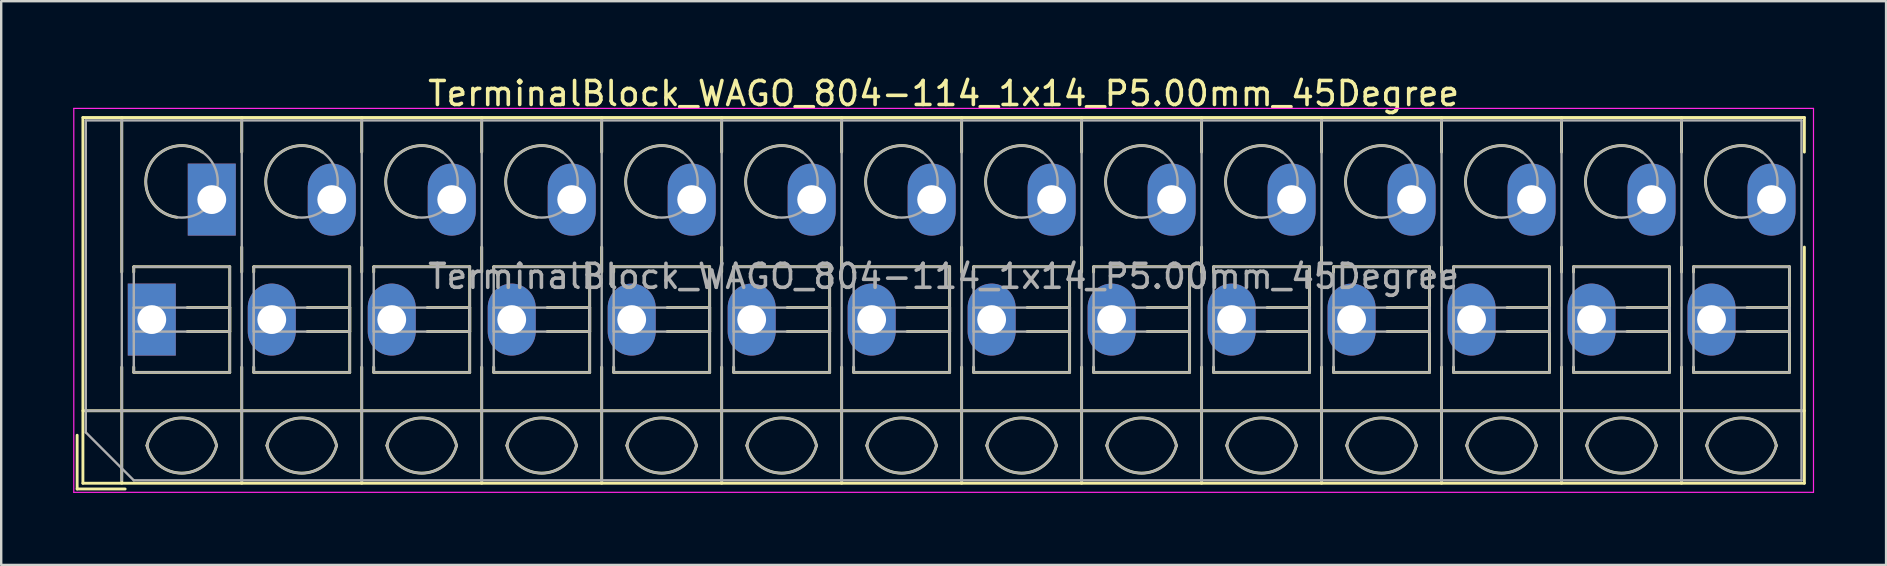
<source format=kicad_pcb>
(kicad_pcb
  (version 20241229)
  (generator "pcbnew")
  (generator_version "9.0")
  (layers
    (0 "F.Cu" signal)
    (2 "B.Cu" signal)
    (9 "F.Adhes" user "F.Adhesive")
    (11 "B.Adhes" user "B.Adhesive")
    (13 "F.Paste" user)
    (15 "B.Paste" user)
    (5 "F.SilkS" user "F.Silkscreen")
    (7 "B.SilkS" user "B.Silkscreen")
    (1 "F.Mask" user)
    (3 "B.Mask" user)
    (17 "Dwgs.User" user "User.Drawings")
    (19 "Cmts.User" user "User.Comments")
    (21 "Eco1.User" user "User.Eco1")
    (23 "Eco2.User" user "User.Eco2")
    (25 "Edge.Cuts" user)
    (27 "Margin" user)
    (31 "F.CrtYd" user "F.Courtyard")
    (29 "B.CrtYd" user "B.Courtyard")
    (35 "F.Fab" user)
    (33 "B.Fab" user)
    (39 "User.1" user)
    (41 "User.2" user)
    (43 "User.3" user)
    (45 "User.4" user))
  (footprint "TerminalBlock_WAGO_804-114_1x14_P5.00mm_45Degree"
    (layer "F.Cu")
    (at 3.275 10.268)
    (property "Reference" "TerminalBlock_WAGO_804-114_1x14_P5.00mm_45Degree" (at 33 -9.42 0) (layer "F.SilkS") (effects (font (size 1 1) (thickness 0.15))))
    (attr through_hole)
    (fp_line (start -3.11 4.82) (end -3.11 7.06) (stroke (width 0.12) (type solid)) (layer "F.SilkS"))
    (fp_line (start -3.11 7.06) (end -1.11 7.06) (stroke (width 0.12) (type solid)) (layer "F.SilkS"))
    (fp_line (start -2.87 -8.42) (end -2.87 6.82) (stroke (width 0.12) (type solid)) (layer "F.SilkS"))
    (fp_line (start -2.87 -8.42) (end 68.87 -8.42) (stroke (width 0.12) (type solid)) (layer "F.SilkS"))
    (fp_line (start -2.87 3.8) (end 68.87 3.8) (stroke (width 0.12) (type solid)) (layer "F.SilkS"))
    (fp_line (start -2.87 6.82) (end 68.87 6.82) (stroke (width 0.12) (type solid)) (layer "F.SilkS"))
    (fp_line (start -1.25 -8.42) (end -1.25 -1.98) (stroke (width 0.12) (type solid)) (layer "F.SilkS"))
    (fp_line (start -1.25 1.98) (end -1.25 6.82) (stroke (width 0.12) (type solid)) (layer "F.SilkS"))
    (fp_line (start -0.75 -2.2) (end -0.75 -1.98) (stroke (width 0.12) (type solid)) (layer "F.SilkS"))
    (fp_line (start -0.75 -2.2) (end 3.25 -2.2) (stroke (width 0.12) (type solid)) (layer "F.SilkS"))
    (fp_line (start -0.75 1.98) (end -0.75 2.2) (stroke (width 0.12) (type solid)) (layer "F.SilkS"))
    (fp_line (start -0.75 2.2) (end 3.25 2.2) (stroke (width 0.12) (type solid)) (layer "F.SilkS"))
    (fp_line (start 1.48 -0.5) (end 3.25 -0.5) (stroke (width 0.12) (type solid)) (layer "F.SilkS"))
    (fp_line (start 1.48 0.5) (end 3.25 0.5) (stroke (width 0.12) (type solid)) (layer "F.SilkS"))
    (fp_line (start 3.25 -2.2) (end 3.25 2.2) (stroke (width 0.12) (type solid)) (layer "F.SilkS"))
    (fp_line (start 3.25 -0.5) (end 3.25 0.5) (stroke (width 0.12) (type solid)) (layer "F.SilkS"))
    (fp_line (start 3.75 -8.42) (end 3.75 -6.98) (stroke (width 0.12) (type solid)) (layer "F.SilkS"))
    (fp_line (start 3.75 -3.02) (end 3.75 -1.98) (stroke (width 0.12) (type solid)) (layer "F.SilkS"))
    (fp_line (start 3.75 1.98) (end 3.75 6.82) (stroke (width 0.12) (type solid)) (layer "F.SilkS"))
    (fp_line (start 4.25 -2.2) (end 4.25 -1.98) (stroke (width 0.12) (type solid)) (layer "F.SilkS"))
    (fp_line (start 4.25 -2.2) (end 8.25 -2.2) (stroke (width 0.12) (type solid)) (layer "F.SilkS"))
    (fp_line (start 4.25 1.98) (end 4.25 2.2) (stroke (width 0.12) (type solid)) (layer "F.SilkS"))
    (fp_line (start 4.25 2.2) (end 8.25 2.2) (stroke (width 0.12) (type solid)) (layer "F.SilkS"))
    (fp_line (start 6.48 -0.5) (end 8.25 -0.5) (stroke (width 0.12) (type solid)) (layer "F.SilkS"))
    (fp_line (start 6.48 0.5) (end 8.25 0.5) (stroke (width 0.12) (type solid)) (layer "F.SilkS"))
    (fp_line (start 8.25 -2.2) (end 8.25 2.2) (stroke (width 0.12) (type solid)) (layer "F.SilkS"))
    (fp_line (start 8.25 -0.5) (end 8.25 0.5) (stroke (width 0.12) (type solid)) (layer "F.SilkS"))
    (fp_line (start 8.75 -8.42) (end 8.75 -6.98) (stroke (width 0.12) (type solid)) (layer "F.SilkS"))
    (fp_line (start 8.75 -3.02) (end 8.75 -1.98) (stroke (width 0.12) (type solid)) (layer "F.SilkS"))
    (fp_line (start 8.75 1.98) (end 8.75 6.82) (stroke (width 0.12) (type solid)) (layer "F.SilkS"))
    (fp_line (start 9.25 -2.2) (end 9.25 -1.98) (stroke (width 0.12) (type solid)) (layer "F.SilkS"))
    (fp_line (start 9.25 -2.2) (end 13.25 -2.2) (stroke (width 0.12) (type solid)) (layer "F.SilkS"))
    (fp_line (start 9.25 1.98) (end 9.25 2.2) (stroke (width 0.12) (type solid)) (layer "F.SilkS"))
    (fp_line (start 9.25 2.2) (end 13.25 2.2) (stroke (width 0.12) (type solid)) (layer "F.SilkS"))
    (fp_line (start 11.48 -0.5) (end 13.25 -0.5) (stroke (width 0.12) (type solid)) (layer "F.SilkS"))
    (fp_line (start 11.48 0.5) (end 13.25 0.5) (stroke (width 0.12) (type solid)) (layer "F.SilkS"))
    (fp_line (start 13.25 -2.2) (end 13.25 2.2) (stroke (width 0.12) (type solid)) (layer "F.SilkS"))
    (fp_line (start 13.25 -0.5) (end 13.25 0.5) (stroke (width 0.12) (type solid)) (layer "F.SilkS"))
    (fp_line (start 13.75 -8.42) (end 13.75 -6.98) (stroke (width 0.12) (type solid)) (layer "F.SilkS"))
    (fp_line (start 13.75 -3.02) (end 13.75 -1.98) (stroke (width 0.12) (type solid)) (layer "F.SilkS"))
    (fp_line (start 13.75 1.98) (end 13.75 6.82) (stroke (width 0.12) (type solid)) (layer "F.SilkS"))
    (fp_line (start 14.25 -2.2) (end 14.25 -1.98) (stroke (width 0.12) (type solid)) (layer "F.SilkS"))
    (fp_line (start 14.25 -2.2) (end 18.25 -2.2) (stroke (width 0.12) (type solid)) (layer "F.SilkS"))
    (fp_line (start 14.25 1.98) (end 14.25 2.2) (stroke (width 0.12) (type solid)) (layer "F.SilkS"))
    (fp_line (start 14.25 2.2) (end 18.25 2.2) (stroke (width 0.12) (type solid)) (layer "F.SilkS"))
    (fp_line (start 16.48 -0.5) (end 18.25 -0.5) (stroke (width 0.12) (type solid)) (layer "F.SilkS"))
    (fp_line (start 16.48 0.5) (end 18.25 0.5) (stroke (width 0.12) (type solid)) (layer "F.SilkS"))
    (fp_line (start 18.25 -2.2) (end 18.25 2.2) (stroke (width 0.12) (type solid)) (layer "F.SilkS"))
    (fp_line (start 18.25 -0.5) (end 18.25 0.5) (stroke (width 0.12) (type solid)) (layer "F.SilkS"))
    (fp_line (start 18.75 -8.42) (end 18.75 -6.98) (stroke (width 0.12) (type solid)) (layer "F.SilkS"))
    (fp_line (start 18.75 -3.02) (end 18.75 -1.98) (stroke (width 0.12) (type solid)) (layer "F.SilkS"))
    (fp_line (start 18.75 1.98) (end 18.75 6.82) (stroke (width 0.12) (type solid)) (layer "F.SilkS"))
    (fp_line (start 19.25 -2.2) (end 19.25 -1.98) (stroke (width 0.12) (type solid)) (layer "F.SilkS"))
    (fp_line (start 19.25 -2.2) (end 23.25 -2.2) (stroke (width 0.12) (type solid)) (layer "F.SilkS"))
    (fp_line (start 19.25 1.98) (end 19.25 2.2) (stroke (width 0.12) (type solid)) (layer "F.SilkS"))
    (fp_line (start 19.25 2.2) (end 23.25 2.2) (stroke (width 0.12) (type solid)) (layer "F.SilkS"))
    (fp_line (start 21.48 -0.5) (end 23.25 -0.5) (stroke (width 0.12) (type solid)) (layer "F.SilkS"))
    (fp_line (start 21.48 0.5) (end 23.25 0.5) (stroke (width 0.12) (type solid)) (layer "F.SilkS"))
    (fp_line (start 23.25 -2.2) (end 23.25 2.2) (stroke (width 0.12) (type solid)) (layer "F.SilkS"))
    (fp_line (start 23.25 -0.5) (end 23.25 0.5) (stroke (width 0.12) (type solid)) (layer "F.SilkS"))
    (fp_line (start 23.75 -8.42) (end 23.75 -6.98) (stroke (width 0.12) (type solid)) (layer "F.SilkS"))
    (fp_line (start 23.75 -3.02) (end 23.75 -1.98) (stroke (width 0.12) (type solid)) (layer "F.SilkS"))
    (fp_line (start 23.75 1.98) (end 23.75 6.82) (stroke (width 0.12) (type solid)) (layer "F.SilkS"))
    (fp_line (start 24.25 -2.2) (end 24.25 -1.98) (stroke (width 0.12) (type solid)) (layer "F.SilkS"))
    (fp_line (start 24.25 -2.2) (end 28.25 -2.2) (stroke (width 0.12) (type solid)) (layer "F.SilkS"))
    (fp_line (start 24.25 1.98) (end 24.25 2.2) (stroke (width 0.12) (type solid)) (layer "F.SilkS"))
    (fp_line (start 24.25 2.2) (end 28.25 2.2) (stroke (width 0.12) (type solid)) (layer "F.SilkS"))
    (fp_line (start 26.48 -0.5) (end 28.25 -0.5) (stroke (width 0.12) (type solid)) (layer "F.SilkS"))
    (fp_line (start 26.48 0.5) (end 28.25 0.5) (stroke (width 0.12) (type solid)) (layer "F.SilkS"))
    (fp_line (start 28.25 -2.2) (end 28.25 2.2) (stroke (width 0.12) (type solid)) (layer "F.SilkS"))
    (fp_line (start 28.25 -0.5) (end 28.25 0.5) (stroke (width 0.12) (type solid)) (layer "F.SilkS"))
    (fp_line (start 28.75 -8.42) (end 28.75 -6.98) (stroke (width 0.12) (type solid)) (layer "F.SilkS"))
    (fp_line (start 28.75 -3.02) (end 28.75 -1.98) (stroke (width 0.12) (type solid)) (layer "F.SilkS"))
    (fp_line (start 28.75 1.98) (end 28.75 6.82) (stroke (width 0.12) (type solid)) (layer "F.SilkS"))
    (fp_line (start 29.25 -2.2) (end 29.25 -1.98) (stroke (width 0.12) (type solid)) (layer "F.SilkS"))
    (fp_line (start 29.25 -2.2) (end 33.25 -2.2) (stroke (width 0.12) (type solid)) (layer "F.SilkS"))
    (fp_line (start 29.25 1.98) (end 29.25 2.2) (stroke (width 0.12) (type solid)) (layer "F.SilkS"))
    (fp_line (start 29.25 2.2) (end 33.25 2.2) (stroke (width 0.12) (type solid)) (layer "F.SilkS"))
    (fp_line (start 31.48 -0.5) (end 33.25 -0.5) (stroke (width 0.12) (type solid)) (layer "F.SilkS"))
    (fp_line (start 31.48 0.5) (end 33.25 0.5) (stroke (width 0.12) (type solid)) (layer "F.SilkS"))
    (fp_line (start 33.25 -2.2) (end 33.25 2.2) (stroke (width 0.12) (type solid)) (layer "F.SilkS"))
    (fp_line (start 33.25 -0.5) (end 33.25 0.5) (stroke (width 0.12) (type solid)) (layer "F.SilkS"))
    (fp_line (start 33.75 -8.42) (end 33.75 -6.98) (stroke (width 0.12) (type solid)) (layer "F.SilkS"))
    (fp_line (start 33.75 -3.02) (end 33.75 -1.98) (stroke (width 0.12) (type solid)) (layer "F.SilkS"))
    (fp_line (start 33.75 1.98) (end 33.75 6.82) (stroke (width 0.12) (type solid)) (layer "F.SilkS"))
    (fp_line (start 34.25 -2.2) (end 34.25 -1.98) (stroke (width 0.12) (type solid)) (layer "F.SilkS"))
    (fp_line (start 34.25 -2.2) (end 38.25 -2.2) (stroke (width 0.12) (type solid)) (layer "F.SilkS"))
    (fp_line (start 34.25 1.98) (end 34.25 2.2) (stroke (width 0.12) (type solid)) (layer "F.SilkS"))
    (fp_line (start 34.25 2.2) (end 38.25 2.2) (stroke (width 0.12) (type solid)) (layer "F.SilkS"))
    (fp_line (start 36.48 -0.5) (end 38.25 -0.5) (stroke (width 0.12) (type solid)) (layer "F.SilkS"))
    (fp_line (start 36.48 0.5) (end 38.25 0.5) (stroke (width 0.12) (type solid)) (layer "F.SilkS"))
    (fp_line (start 38.25 -2.2) (end 38.25 2.2) (stroke (width 0.12) (type solid)) (layer "F.SilkS"))
    (fp_line (start 38.25 -0.5) (end 38.25 0.5) (stroke (width 0.12) (type solid)) (layer "F.SilkS"))
    (fp_line (start 38.75 -8.42) (end 38.75 -6.98) (stroke (width 0.12) (type solid)) (layer "F.SilkS"))
    (fp_line (start 38.75 -3.02) (end 38.75 -1.98) (stroke (width 0.12) (type solid)) (layer "F.SilkS"))
    (fp_line (start 38.75 1.98) (end 38.75 6.82) (stroke (width 0.12) (type solid)) (layer "F.SilkS"))
    (fp_line (start 39.25 -2.2) (end 39.25 -1.98) (stroke (width 0.12) (type solid)) (layer "F.SilkS"))
    (fp_line (start 39.25 -2.2) (end 43.25 -2.2) (stroke (width 0.12) (type solid)) (layer "F.SilkS"))
    (fp_line (start 39.25 1.98) (end 39.25 2.2) (stroke (width 0.12) (type solid)) (layer "F.SilkS"))
    (fp_line (start 39.25 2.2) (end 43.25 2.2) (stroke (width 0.12) (type solid)) (layer "F.SilkS"))
    (fp_line (start 41.48 -0.5) (end 43.25 -0.5) (stroke (width 0.12) (type solid)) (layer "F.SilkS"))
    (fp_line (start 41.48 0.5) (end 43.25 0.5) (stroke (width 0.12) (type solid)) (layer "F.SilkS"))
    (fp_line (start 43.25 -2.2) (end 43.25 2.2) (stroke (width 0.12) (type solid)) (layer "F.SilkS"))
    (fp_line (start 43.25 -0.5) (end 43.25 0.5) (stroke (width 0.12) (type solid)) (layer "F.SilkS"))
    (fp_line (start 43.75 -8.42) (end 43.75 -6.98) (stroke (width 0.12) (type solid)) (layer "F.SilkS"))
    (fp_line (start 43.75 -3.02) (end 43.75 -1.98) (stroke (width 0.12) (type solid)) (layer "F.SilkS"))
    (fp_line (start 43.75 1.98) (end 43.75 6.82) (stroke (width 0.12) (type solid)) (layer "F.SilkS"))
    (fp_line (start 44.25 -2.2) (end 44.25 -1.98) (stroke (width 0.12) (type solid)) (layer "F.SilkS"))
    (fp_line (start 44.25 -2.2) (end 48.25 -2.2) (stroke (width 0.12) (type solid)) (layer "F.SilkS"))
    (fp_line (start 44.25 1.98) (end 44.25 2.2) (stroke (width 0.12) (type solid)) (layer "F.SilkS"))
    (fp_line (start 44.25 2.2) (end 48.25 2.2) (stroke (width 0.12) (type solid)) (layer "F.SilkS"))
    (fp_line (start 46.48 -0.5) (end 48.25 -0.5) (stroke (width 0.12) (type solid)) (layer "F.SilkS"))
    (fp_line (start 46.48 0.5) (end 48.25 0.5) (stroke (width 0.12) (type solid)) (layer "F.SilkS"))
    (fp_line (start 48.25 -2.2) (end 48.25 2.2) (stroke (width 0.12) (type solid)) (layer "F.SilkS"))
    (fp_line (start 48.25 -0.5) (end 48.25 0.5) (stroke (width 0.12) (type solid)) (layer "F.SilkS"))
    (fp_line (start 48.75 -8.42) (end 48.75 -6.98) (stroke (width 0.12) (type solid)) (layer "F.SilkS"))
    (fp_line (start 48.75 -3.02) (end 48.75 -1.98) (stroke (width 0.12) (type solid)) (layer "F.SilkS"))
    (fp_line (start 48.75 1.98) (end 48.75 6.82) (stroke (width 0.12) (type solid)) (layer "F.SilkS"))
    (fp_line (start 49.25 -2.2) (end 49.25 -1.98) (stroke (width 0.12) (type solid)) (layer "F.SilkS"))
    (fp_line (start 49.25 -2.2) (end 53.25 -2.2) (stroke (width 0.12) (type solid)) (layer "F.SilkS"))
    (fp_line (start 49.25 1.98) (end 49.25 2.2) (stroke (width 0.12) (type solid)) (layer "F.SilkS"))
    (fp_line (start 49.25 2.2) (end 53.25 2.2) (stroke (width 0.12) (type solid)) (layer "F.SilkS"))
    (fp_line (start 51.48 -0.5) (end 53.25 -0.5) (stroke (width 0.12) (type solid)) (layer "F.SilkS"))
    (fp_line (start 51.48 0.5) (end 53.25 0.5) (stroke (width 0.12) (type solid)) (layer "F.SilkS"))
    (fp_line (start 53.25 -2.2) (end 53.25 2.2) (stroke (width 0.12) (type solid)) (layer "F.SilkS"))
    (fp_line (start 53.25 -0.5) (end 53.25 0.5) (stroke (width 0.12) (type solid)) (layer "F.SilkS"))
    (fp_line (start 53.75 -8.42) (end 53.75 -6.98) (stroke (width 0.12) (type solid)) (layer "F.SilkS"))
    (fp_line (start 53.75 -3.02) (end 53.75 -1.98) (stroke (width 0.12) (type solid)) (layer "F.SilkS"))
    (fp_line (start 53.75 1.98) (end 53.75 6.82) (stroke (width 0.12) (type solid)) (layer "F.SilkS"))
    (fp_line (start 54.25 -2.2) (end 54.25 -1.98) (stroke (width 0.12) (type solid)) (layer "F.SilkS"))
    (fp_line (start 54.25 -2.2) (end 58.25 -2.2) (stroke (width 0.12) (type solid)) (layer "F.SilkS"))
    (fp_line (start 54.25 1.98) (end 54.25 2.2) (stroke (width 0.12) (type solid)) (layer "F.SilkS"))
    (fp_line (start 54.25 2.2) (end 58.25 2.2) (stroke (width 0.12) (type solid)) (layer "F.SilkS"))
    (fp_line (start 56.48 -0.5) (end 58.25 -0.5) (stroke (width 0.12) (type solid)) (layer "F.SilkS"))
    (fp_line (start 56.48 0.5) (end 58.25 0.5) (stroke (width 0.12) (type solid)) (layer "F.SilkS"))
    (fp_line (start 58.25 -2.2) (end 58.25 2.2) (stroke (width 0.12) (type solid)) (layer "F.SilkS"))
    (fp_line (start 58.25 -0.5) (end 58.25 0.5) (stroke (width 0.12) (type solid)) (layer "F.SilkS"))
    (fp_line (start 58.75 -8.42) (end 58.75 -6.98) (stroke (width 0.12) (type solid)) (layer "F.SilkS"))
    (fp_line (start 58.75 -3.02) (end 58.75 -1.98) (stroke (width 0.12) (type solid)) (layer "F.SilkS"))
    (fp_line (start 58.75 1.98) (end 58.75 6.82) (stroke (width 0.12) (type solid)) (layer "F.SilkS"))
    (fp_line (start 59.25 -2.2) (end 59.25 -1.98) (stroke (width 0.12) (type solid)) (layer "F.SilkS"))
    (fp_line (start 59.25 -2.2) (end 63.25 -2.2) (stroke (width 0.12) (type solid)) (layer "F.SilkS"))
    (fp_line (start 59.25 1.98) (end 59.25 2.2) (stroke (width 0.12) (type solid)) (layer "F.SilkS"))
    (fp_line (start 59.25 2.2) (end 63.25 2.2) (stroke (width 0.12) (type solid)) (layer "F.SilkS"))
    (fp_line (start 61.48 -0.5) (end 63.25 -0.5) (stroke (width 0.12) (type solid)) (layer "F.SilkS"))
    (fp_line (start 61.48 0.5) (end 63.25 0.5) (stroke (width 0.12) (type solid)) (layer "F.SilkS"))
    (fp_line (start 63.25 -2.2) (end 63.25 2.2) (stroke (width 0.12) (type solid)) (layer "F.SilkS"))
    (fp_line (start 63.25 -0.5) (end 63.25 0.5) (stroke (width 0.12) (type solid)) (layer "F.SilkS"))
    (fp_line (start 63.75 -8.42) (end 63.75 -6.98) (stroke (width 0.12) (type solid)) (layer "F.SilkS"))
    (fp_line (start 63.75 -3.02) (end 63.75 -1.98) (stroke (width 0.12) (type solid)) (layer "F.SilkS"))
    (fp_line (start 63.75 1.98) (end 63.75 6.82) (stroke (width 0.12) (type solid)) (layer "F.SilkS"))
    (fp_line (start 64.25 -2.2) (end 64.25 -1.98) (stroke (width 0.12) (type solid)) (layer "F.SilkS"))
    (fp_line (start 64.25 -2.2) (end 68.25 -2.2) (stroke (width 0.12) (type solid)) (layer "F.SilkS"))
    (fp_line (start 64.25 1.98) (end 64.25 2.2) (stroke (width 0.12) (type solid)) (layer "F.SilkS"))
    (fp_line (start 64.25 2.2) (end 68.25 2.2) (stroke (width 0.12) (type solid)) (layer "F.SilkS"))
    (fp_line (start 66.48 -0.5) (end 68.25 -0.5) (stroke (width 0.12) (type solid)) (layer "F.SilkS"))
    (fp_line (start 66.48 0.5) (end 68.25 0.5) (stroke (width 0.12) (type solid)) (layer "F.SilkS"))
    (fp_line (start 68.25 -2.2) (end 68.25 2.2) (stroke (width 0.12) (type solid)) (layer "F.SilkS"))
    (fp_line (start 68.25 -0.5) (end 68.25 0.5) (stroke (width 0.12) (type solid)) (layer "F.SilkS"))
    (fp_line (start 68.87 -8.42) (end 68.87 -6.98) (stroke (width 0.12) (type solid)) (layer "F.SilkS"))
    (fp_line (start 68.87 -3.02) (end 68.87 6.82) (stroke (width 0.12) (type solid)) (layer "F.SilkS"))
    (fp_arc (start -0.200865 5.250424) (mid 1.250296 4.099926) (end 2.701 5.251) (stroke (width 0.12) (type solid)) (layer "F.SilkS"))
    (fp_arc (start 1.040798 -4.264067) (mid -0.146039 -6.300306) (end 2.111 -6.979) (stroke (width 0.12) (type solid)) (layer "F.SilkS"))
    (fp_arc (start 2.7 5.25) (mid 1.250068 6.400101) (end -0.199969 5.250133) (stroke (width 0.12) (type solid)) (layer "F.SilkS"))
    (fp_arc (start 4.799135 5.250424) (mid 6.250296 4.099926) (end 7.701 5.251) (stroke (width 0.12) (type solid)) (layer "F.SilkS"))
    (fp_arc (start 6.040798 -4.264067) (mid 4.853961 -6.300306) (end 7.111 -6.979) (stroke (width 0.12) (type solid)) (layer "F.SilkS"))
    (fp_arc (start 7.7 5.25) (mid 6.250068 6.400101) (end 4.800031 5.250133) (stroke (width 0.12) (type solid)) (layer "F.SilkS"))
    (fp_arc (start 9.799135 5.250424) (mid 11.250296 4.099926) (end 12.701 5.251) (stroke (width 0.12) (type solid)) (layer "F.SilkS"))
    (fp_arc (start 11.040798 -4.264067) (mid 9.853961 -6.300306) (end 12.111 -6.979) (stroke (width 0.12) (type solid)) (layer "F.SilkS"))
    (fp_arc (start 12.7 5.25) (mid 11.250068 6.400101) (end 9.800031 5.250133) (stroke (width 0.12) (type solid)) (layer "F.SilkS"))
    (fp_arc (start 14.799135 5.250424) (mid 16.250296 4.099926) (end 17.701 5.251) (stroke (width 0.12) (type solid)) (layer "F.SilkS"))
    (fp_arc (start 16.040798 -4.264067) (mid 14.853961 -6.300306) (end 17.111 -6.979) (stroke (width 0.12) (type solid)) (layer "F.SilkS"))
    (fp_arc (start 17.7 5.25) (mid 16.250068 6.400101) (end 14.800031 5.250133) (stroke (width 0.12) (type solid)) (layer "F.SilkS"))
    (fp_arc (start 19.799135 5.250424) (mid 21.250296 4.099926) (end 22.701 5.251) (stroke (width 0.12) (type solid)) (layer "F.SilkS"))
    (fp_arc (start 21.040798 -4.264067) (mid 19.853961 -6.300306) (end 22.111 -6.979) (stroke (width 0.12) (type solid)) (layer "F.SilkS"))
    (fp_arc (start 22.7 5.25) (mid 21.250068 6.400101) (end 19.800031 5.250133) (stroke (width 0.12) (type solid)) (layer "F.SilkS"))
    (fp_arc (start 24.799135 5.250424) (mid 26.250296 4.099926) (end 27.701 5.251) (stroke (width 0.12) (type solid)) (layer "F.SilkS"))
    (fp_arc (start 26.040798 -4.264067) (mid 24.853961 -6.300306) (end 27.111 -6.979) (stroke (width 0.12) (type solid)) (layer "F.SilkS"))
    (fp_arc (start 27.7 5.25) (mid 26.250068 6.400101) (end 24.800031 5.250133) (stroke (width 0.12) (type solid)) (layer "F.SilkS"))
    (fp_arc (start 29.799135 5.250424) (mid 31.250296 4.099926) (end 32.701 5.251) (stroke (width 0.12) (type solid)) (layer "F.SilkS"))
    (fp_arc (start 31.040798 -4.264067) (mid 29.853961 -6.300306) (end 32.111 -6.979) (stroke (width 0.12) (type solid)) (layer "F.SilkS"))
    (fp_arc (start 32.701 5.25) (mid 31.250296 6.401074) (end 29.799135 5.250576) (stroke (width 0.12) (type solid)) (layer "F.SilkS"))
    (fp_arc (start 34.799135 5.250424) (mid 36.250296 4.099926) (end 37.701 5.251) (stroke (width 0.12) (type solid)) (layer "F.SilkS"))
    (fp_arc (start 36.040798 -4.264067) (mid 34.853961 -6.300306) (end 37.111 -6.979) (stroke (width 0.12) (type solid)) (layer "F.SilkS"))
    (fp_arc (start 37.7 5.25) (mid 36.250068 6.400101) (end 34.800031 5.250133) (stroke (width 0.12) (type solid)) (layer "F.SilkS"))
    (fp_arc (start 39.799135 5.250424) (mid 41.250296 4.099926) (end 42.701 5.251) (stroke (width 0.12) (type solid)) (layer "F.SilkS"))
    (fp_arc (start 41.040798 -4.264067) (mid 39.853961 -6.300306) (end 42.111 -6.979) (stroke (width 0.12) (type solid)) (layer "F.SilkS"))
    (fp_arc (start 42.7 5.25) (mid 41.250068 6.400101) (end 39.800031 5.250133) (stroke (width 0.12) (type solid)) (layer "F.SilkS"))
    (fp_arc (start 44.799135 5.250424) (mid 46.250296 4.099926) (end 47.701 5.251) (stroke (width 0.12) (type solid)) (layer "F.SilkS"))
    (fp_arc (start 46.040798 -4.264067) (mid 44.853961 -6.300306) (end 47.111 -6.979) (stroke (width 0.12) (type solid)) (layer "F.SilkS"))
    (fp_arc (start 47.7 5.25) (mid 46.250068 6.400101) (end 44.800031 5.250133) (stroke (width 0.12) (type solid)) (layer "F.SilkS"))
    (fp_arc (start 49.799135 5.250424) (mid 51.250296 4.099926) (end 52.701 5.251) (stroke (width 0.12) (type solid)) (layer "F.SilkS"))
    (fp_arc (start 51.040798 -4.264067) (mid 49.853961 -6.300306) (end 52.111 -6.979) (stroke (width 0.12) (type solid)) (layer "F.SilkS"))
    (fp_arc (start 52.7 5.25) (mid 51.250068 6.400101) (end 49.800031 5.250133) (stroke (width 0.12) (type solid)) (layer "F.SilkS"))
    (fp_arc (start 54.799135 5.250424) (mid 56.250296 4.099926) (end 57.701 5.251) (stroke (width 0.12) (type solid)) (layer "F.SilkS"))
    (fp_arc (start 56.040798 -4.264067) (mid 54.853961 -6.300306) (end 57.111 -6.979) (stroke (width 0.12) (type solid)) (layer "F.SilkS"))
    (fp_arc (start 57.7 5.25) (mid 56.250068 6.400101) (end 54.800031 5.250133) (stroke (width 0.12) (type solid)) (layer "F.SilkS"))
    (fp_arc (start 59.799135 5.250424) (mid 61.250296 4.099926) (end 62.701 5.251) (stroke (width 0.12) (type solid)) (layer "F.SilkS"))
    (fp_arc (start 61.040798 -4.264067) (mid 59.853961 -6.300306) (end 62.111 -6.979) (stroke (width 0.12) (type solid)) (layer "F.SilkS"))
    (fp_arc (start 62.7 5.25) (mid 61.250068 6.400101) (end 59.800031 5.250133) (stroke (width 0.12) (type solid)) (layer "F.SilkS"))
    (fp_arc (start 64.799135 5.250424) (mid 66.250296 4.099926) (end 67.701 5.251) (stroke (width 0.12) (type solid)) (layer "F.SilkS"))
    (fp_arc (start 66.040798 -4.264067) (mid 64.853961 -6.300306) (end 67.111 -6.979) (stroke (width 0.12) (type solid)) (layer "F.SilkS"))
    (fp_arc (start 67.7 5.25) (mid 66.250068 6.400101) (end 64.800031 5.250133) (stroke (width 0.12) (type solid)) (layer "F.SilkS"))
    (fp_line (start -3.25 -8.8) (end -3.25 7.2) (stroke (width 0.05) (type solid)) (layer "F.CrtYd"))
    (fp_line (start -3.25 7.2) (end 69.25 7.2) (stroke (width 0.05) (type solid)) (layer "F.CrtYd"))
    (fp_line (start 69.25 -8.8) (end -3.25 -8.8) (stroke (width 0.05) (type solid)) (layer "F.CrtYd"))
    (fp_line (start 69.25 7.2) (end 69.25 -8.8) (stroke (width 0.05) (type solid)) (layer "F.CrtYd"))
    (fp_line (start -2.75 -8.3) (end 68.75 -8.3) (stroke (width 0.1) (type solid)) (layer "F.Fab"))
    (fp_line (start -2.75 3.8) (end 68.75 3.8) (stroke (width 0.1) (type solid)) (layer "F.Fab"))
    (fp_line (start -2.75 4.7) (end -2.75 -8.3) (stroke (width 0.1) (type solid)) (layer "F.Fab"))
    (fp_line (start -1.25 -8.3) (end -1.25 6.7) (stroke (width 0.1) (type solid)) (layer "F.Fab"))
    (fp_line (start -0.75 -2.2) (end -0.75 2.2) (stroke (width 0.1) (type solid)) (layer "F.Fab"))
    (fp_line (start -0.75 -0.5) (end -0.75 0.5) (stroke (width 0.1) (type solid)) (layer "F.Fab"))
    (fp_line (start -0.75 0.5) (end 3.25 0.5) (stroke (width 0.1) (type solid)) (layer "F.Fab"))
    (fp_line (start -0.75 2.2) (end 3.25 2.2) (stroke (width 0.1) (type solid)) (layer "F.Fab"))
    (fp_line (start -0.75 6.7) (end -2.75 4.7) (stroke (width 0.1) (type solid)) (layer "F.Fab"))
    (fp_line (start 3.25 -2.2) (end -0.75 -2.2) (stroke (width 0.1) (type solid)) (layer "F.Fab"))
    (fp_line (start 3.25 -0.5) (end -0.75 -0.5) (stroke (width 0.1) (type solid)) (layer "F.Fab"))
    (fp_line (start 3.25 0.5) (end 3.25 -0.5) (stroke (width 0.1) (type solid)) (layer "F.Fab"))
    (fp_line (start 3.25 2.2) (end 3.25 -2.2) (stroke (width 0.1) (type solid)) (layer "F.Fab"))
    (fp_line (start 3.75 -8.3) (end 3.75 6.7) (stroke (width 0.1) (type solid)) (layer "F.Fab"))
    (fp_line (start 4.25 -2.2) (end 4.25 2.2) (stroke (width 0.1) (type solid)) (layer "F.Fab"))
    (fp_line (start 4.25 -0.5) (end 4.25 0.5) (stroke (width 0.1) (type solid)) (layer "F.Fab"))
    (fp_line (start 4.25 0.5) (end 8.25 0.5) (stroke (width 0.1) (type solid)) (layer "F.Fab"))
    (fp_line (start 4.25 2.2) (end 8.25 2.2) (stroke (width 0.1) (type solid)) (layer "F.Fab"))
    (fp_line (start 8.25 -2.2) (end 4.25 -2.2) (stroke (width 0.1) (type solid)) (layer "F.Fab"))
    (fp_line (start 8.25 -0.5) (end 4.25 -0.5) (stroke (width 0.1) (type solid)) (layer "F.Fab"))
    (fp_line (start 8.25 0.5) (end 8.25 -0.5) (stroke (width 0.1) (type solid)) (layer "F.Fab"))
    (fp_line (start 8.25 2.2) (end 8.25 -2.2) (stroke (width 0.1) (type solid)) (layer "F.Fab"))
    (fp_line (start 8.75 -8.3) (end 8.75 6.7) (stroke (width 0.1) (type solid)) (layer "F.Fab"))
    (fp_line (start 9.25 -2.2) (end 9.25 2.2) (stroke (width 0.1) (type solid)) (layer "F.Fab"))
    (fp_line (start 9.25 -0.5) (end 9.25 0.5) (stroke (width 0.1) (type solid)) (layer "F.Fab"))
    (fp_line (start 9.25 0.5) (end 13.25 0.5) (stroke (width 0.1) (type solid)) (layer "F.Fab"))
    (fp_line (start 9.25 2.2) (end 13.25 2.2) (stroke (width 0.1) (type solid)) (layer "F.Fab"))
    (fp_line (start 13.25 -2.2) (end 9.25 -2.2) (stroke (width 0.1) (type solid)) (layer "F.Fab"))
    (fp_line (start 13.25 -0.5) (end 9.25 -0.5) (stroke (width 0.1) (type solid)) (layer "F.Fab"))
    (fp_line (start 13.25 0.5) (end 13.25 -0.5) (stroke (width 0.1) (type solid)) (layer "F.Fab"))
    (fp_line (start 13.25 2.2) (end 13.25 -2.2) (stroke (width 0.1) (type solid)) (layer "F.Fab"))
    (fp_line (start 13.75 -8.3) (end 13.75 6.7) (stroke (width 0.1) (type solid)) (layer "F.Fab"))
    (fp_line (start 14.25 -2.2) (end 14.25 2.2) (stroke (width 0.1) (type solid)) (layer "F.Fab"))
    (fp_line (start 14.25 -0.5) (end 14.25 0.5) (stroke (width 0.1) (type solid)) (layer "F.Fab"))
    (fp_line (start 14.25 0.5) (end 18.25 0.5) (stroke (width 0.1) (type solid)) (layer "F.Fab"))
    (fp_line (start 14.25 2.2) (end 18.25 2.2) (stroke (width 0.1) (type solid)) (layer "F.Fab"))
    (fp_line (start 18.25 -2.2) (end 14.25 -2.2) (stroke (width 0.1) (type solid)) (layer "F.Fab"))
    (fp_line (start 18.25 -0.5) (end 14.25 -0.5) (stroke (width 0.1) (type solid)) (layer "F.Fab"))
    (fp_line (start 18.25 0.5) (end 18.25 -0.5) (stroke (width 0.1) (type solid)) (layer "F.Fab"))
    (fp_line (start 18.25 2.2) (end 18.25 -2.2) (stroke (width 0.1) (type solid)) (layer "F.Fab"))
    (fp_line (start 18.75 -8.3) (end 18.75 6.7) (stroke (width 0.1) (type solid)) (layer "F.Fab"))
    (fp_line (start 19.25 -2.2) (end 19.25 2.2) (stroke (width 0.1) (type solid)) (layer "F.Fab"))
    (fp_line (start 19.25 -0.5) (end 19.25 0.5) (stroke (width 0.1) (type solid)) (layer "F.Fab"))
    (fp_line (start 19.25 0.5) (end 23.25 0.5) (stroke (width 0.1) (type solid)) (layer "F.Fab"))
    (fp_line (start 19.25 2.2) (end 23.25 2.2) (stroke (width 0.1) (type solid)) (layer "F.Fab"))
    (fp_line (start 23.25 -2.2) (end 19.25 -2.2) (stroke (width 0.1) (type solid)) (layer "F.Fab"))
    (fp_line (start 23.25 -0.5) (end 19.25 -0.5) (stroke (width 0.1) (type solid)) (layer "F.Fab"))
    (fp_line (start 23.25 0.5) (end 23.25 -0.5) (stroke (width 0.1) (type solid)) (layer "F.Fab"))
    (fp_line (start 23.25 2.2) (end 23.25 -2.2) (stroke (width 0.1) (type solid)) (layer "F.Fab"))
    (fp_line (start 23.75 -8.3) (end 23.75 6.7) (stroke (width 0.1) (type solid)) (layer "F.Fab"))
    (fp_line (start 24.25 -2.2) (end 24.25 2.2) (stroke (width 0.1) (type solid)) (layer "F.Fab"))
    (fp_line (start 24.25 -0.5) (end 24.25 0.5) (stroke (width 0.1) (type solid)) (layer "F.Fab"))
    (fp_line (start 24.25 0.5) (end 28.25 0.5) (stroke (width 0.1) (type solid)) (layer "F.Fab"))
    (fp_line (start 24.25 2.2) (end 28.25 2.2) (stroke (width 0.1) (type solid)) (layer "F.Fab"))
    (fp_line (start 28.25 -2.2) (end 24.25 -2.2) (stroke (width 0.1) (type solid)) (layer "F.Fab"))
    (fp_line (start 28.25 -0.5) (end 24.25 -0.5) (stroke (width 0.1) (type solid)) (layer "F.Fab"))
    (fp_line (start 28.25 0.5) (end 28.25 -0.5) (stroke (width 0.1) (type solid)) (layer "F.Fab"))
    (fp_line (start 28.25 2.2) (end 28.25 -2.2) (stroke (width 0.1) (type solid)) (layer "F.Fab"))
    (fp_line (start 28.75 -8.3) (end 28.75 6.7) (stroke (width 0.1) (type solid)) (layer "F.Fab"))
    (fp_line (start 29.25 -2.2) (end 29.25 2.2) (stroke (width 0.1) (type solid)) (layer "F.Fab"))
    (fp_line (start 29.25 -0.5) (end 29.25 0.5) (stroke (width 0.1) (type solid)) (layer "F.Fab"))
    (fp_line (start 29.25 0.5) (end 33.25 0.5) (stroke (width 0.1) (type solid)) (layer "F.Fab"))
    (fp_line (start 29.25 2.2) (end 33.25 2.2) (stroke (width 0.1) (type solid)) (layer "F.Fab"))
    (fp_line (start 33.25 -2.2) (end 29.25 -2.2) (stroke (width 0.1) (type solid)) (layer "F.Fab"))
    (fp_line (start 33.25 -0.5) (end 29.25 -0.5) (stroke (width 0.1) (type solid)) (layer "F.Fab"))
    (fp_line (start 33.25 0.5) (end 33.25 -0.5) (stroke (width 0.1) (type solid)) (layer "F.Fab"))
    (fp_line (start 33.25 2.2) (end 33.25 -2.2) (stroke (width 0.1) (type solid)) (layer "F.Fab"))
    (fp_line (start 33.75 -8.3) (end 33.75 6.7) (stroke (width 0.1) (type solid)) (layer "F.Fab"))
    (fp_line (start 34.25 -2.2) (end 34.25 2.2) (stroke (width 0.1) (type solid)) (layer "F.Fab"))
    (fp_line (start 34.25 -0.5) (end 34.25 0.5) (stroke (width 0.1) (type solid)) (layer "F.Fab"))
    (fp_line (start 34.25 0.5) (end 38.25 0.5) (stroke (width 0.1) (type solid)) (layer "F.Fab"))
    (fp_line (start 34.25 2.2) (end 38.25 2.2) (stroke (width 0.1) (type solid)) (layer "F.Fab"))
    (fp_line (start 38.25 -2.2) (end 34.25 -2.2) (stroke (width 0.1) (type solid)) (layer "F.Fab"))
    (fp_line (start 38.25 -0.5) (end 34.25 -0.5) (stroke (width 0.1) (type solid)) (layer "F.Fab"))
    (fp_line (start 38.25 0.5) (end 38.25 -0.5) (stroke (width 0.1) (type solid)) (layer "F.Fab"))
    (fp_line (start 38.25 2.2) (end 38.25 -2.2) (stroke (width 0.1) (type solid)) (layer "F.Fab"))
    (fp_line (start 38.75 -8.3) (end 38.75 6.7) (stroke (width 0.1) (type solid)) (layer "F.Fab"))
    (fp_line (start 39.25 -2.2) (end 39.25 2.2) (stroke (width 0.1) (type solid)) (layer "F.Fab"))
    (fp_line (start 39.25 -0.5) (end 39.25 0.5) (stroke (width 0.1) (type solid)) (layer "F.Fab"))
    (fp_line (start 39.25 0.5) (end 43.25 0.5) (stroke (width 0.1) (type solid)) (layer "F.Fab"))
    (fp_line (start 39.25 2.2) (end 43.25 2.2) (stroke (width 0.1) (type solid)) (layer "F.Fab"))
    (fp_line (start 43.25 -2.2) (end 39.25 -2.2) (stroke (width 0.1) (type solid)) (layer "F.Fab"))
    (fp_line (start 43.25 -0.5) (end 39.25 -0.5) (stroke (width 0.1) (type solid)) (layer "F.Fab"))
    (fp_line (start 43.25 0.5) (end 43.25 -0.5) (stroke (width 0.1) (type solid)) (layer "F.Fab"))
    (fp_line (start 43.25 2.2) (end 43.25 -2.2) (stroke (width 0.1) (type solid)) (layer "F.Fab"))
    (fp_line (start 43.75 -8.3) (end 43.75 6.7) (stroke (width 0.1) (type solid)) (layer "F.Fab"))
    (fp_line (start 44.25 -2.2) (end 44.25 2.2) (stroke (width 0.1) (type solid)) (layer "F.Fab"))
    (fp_line (start 44.25 -0.5) (end 44.25 0.5) (stroke (width 0.1) (type solid)) (layer "F.Fab"))
    (fp_line (start 44.25 0.5) (end 48.25 0.5) (stroke (width 0.1) (type solid)) (layer "F.Fab"))
    (fp_line (start 44.25 2.2) (end 48.25 2.2) (stroke (width 0.1) (type solid)) (layer "F.Fab"))
    (fp_line (start 48.25 -2.2) (end 44.25 -2.2) (stroke (width 0.1) (type solid)) (layer "F.Fab"))
    (fp_line (start 48.25 -0.5) (end 44.25 -0.5) (stroke (width 0.1) (type solid)) (layer "F.Fab"))
    (fp_line (start 48.25 0.5) (end 48.25 -0.5) (stroke (width 0.1) (type solid)) (layer "F.Fab"))
    (fp_line (start 48.25 2.2) (end 48.25 -2.2) (stroke (width 0.1) (type solid)) (layer "F.Fab"))
    (fp_line (start 48.75 -8.3) (end 48.75 6.7) (stroke (width 0.1) (type solid)) (layer "F.Fab"))
    (fp_line (start 49.25 -2.2) (end 49.25 2.2) (stroke (width 0.1) (type solid)) (layer "F.Fab"))
    (fp_line (start 49.25 -0.5) (end 49.25 0.5) (stroke (width 0.1) (type solid)) (layer "F.Fab"))
    (fp_line (start 49.25 0.5) (end 53.25 0.5) (stroke (width 0.1) (type solid)) (layer "F.Fab"))
    (fp_line (start 49.25 2.2) (end 53.25 2.2) (stroke (width 0.1) (type solid)) (layer "F.Fab"))
    (fp_line (start 53.25 -2.2) (end 49.25 -2.2) (stroke (width 0.1) (type solid)) (layer "F.Fab"))
    (fp_line (start 53.25 -0.5) (end 49.25 -0.5) (stroke (width 0.1) (type solid)) (layer "F.Fab"))
    (fp_line (start 53.25 0.5) (end 53.25 -0.5) (stroke (width 0.1) (type solid)) (layer "F.Fab"))
    (fp_line (start 53.25 2.2) (end 53.25 -2.2) (stroke (width 0.1) (type solid)) (layer "F.Fab"))
    (fp_line (start 53.75 -8.3) (end 53.75 6.7) (stroke (width 0.1) (type solid)) (layer "F.Fab"))
    (fp_line (start 54.25 -2.2) (end 54.25 2.2) (stroke (width 0.1) (type solid)) (layer "F.Fab"))
    (fp_line (start 54.25 -0.5) (end 54.25 0.5) (stroke (width 0.1) (type solid)) (layer "F.Fab"))
    (fp_line (start 54.25 0.5) (end 58.25 0.5) (stroke (width 0.1) (type solid)) (layer "F.Fab"))
    (fp_line (start 54.25 2.2) (end 58.25 2.2) (stroke (width 0.1) (type solid)) (layer "F.Fab"))
    (fp_line (start 58.25 -2.2) (end 54.25 -2.2) (stroke (width 0.1) (type solid)) (layer "F.Fab"))
    (fp_line (start 58.25 -0.5) (end 54.25 -0.5) (stroke (width 0.1) (type solid)) (layer "F.Fab"))
    (fp_line (start 58.25 0.5) (end 58.25 -0.5) (stroke (width 0.1) (type solid)) (layer "F.Fab"))
    (fp_line (start 58.25 2.2) (end 58.25 -2.2) (stroke (width 0.1) (type solid)) (layer "F.Fab"))
    (fp_line (start 58.75 -8.3) (end 58.75 6.7) (stroke (width 0.1) (type solid)) (layer "F.Fab"))
    (fp_line (start 59.25 -2.2) (end 59.25 2.2) (stroke (width 0.1) (type solid)) (layer "F.Fab"))
    (fp_line (start 59.25 -0.5) (end 59.25 0.5) (stroke (width 0.1) (type solid)) (layer "F.Fab"))
    (fp_line (start 59.25 0.5) (end 63.25 0.5) (stroke (width 0.1) (type solid)) (layer "F.Fab"))
    (fp_line (start 59.25 2.2) (end 63.25 2.2) (stroke (width 0.1) (type solid)) (layer "F.Fab"))
    (fp_line (start 63.25 -2.2) (end 59.25 -2.2) (stroke (width 0.1) (type solid)) (layer "F.Fab"))
    (fp_line (start 63.25 -0.5) (end 59.25 -0.5) (stroke (width 0.1) (type solid)) (layer "F.Fab"))
    (fp_line (start 63.25 0.5) (end 63.25 -0.5) (stroke (width 0.1) (type solid)) (layer "F.Fab"))
    (fp_line (start 63.25 2.2) (end 63.25 -2.2) (stroke (width 0.1) (type solid)) (layer "F.Fab"))
    (fp_line (start 63.75 -8.3) (end 63.75 6.7) (stroke (width 0.1) (type solid)) (layer "F.Fab"))
    (fp_line (start 64.25 -2.2) (end 64.25 2.2) (stroke (width 0.1) (type solid)) (layer "F.Fab"))
    (fp_line (start 64.25 -0.5) (end 64.25 0.5) (stroke (width 0.1) (type solid)) (layer "F.Fab"))
    (fp_line (start 64.25 0.5) (end 68.25 0.5) (stroke (width 0.1) (type solid)) (layer "F.Fab"))
    (fp_line (start 64.25 2.2) (end 68.25 2.2) (stroke (width 0.1) (type solid)) (layer "F.Fab"))
    (fp_line (start 68.25 -2.2) (end 64.25 -2.2) (stroke (width 0.1) (type solid)) (layer "F.Fab"))
    (fp_line (start 68.25 -0.5) (end 64.25 -0.5) (stroke (width 0.1) (type solid)) (layer "F.Fab"))
    (fp_line (start 68.25 0.5) (end 68.25 -0.5) (stroke (width 0.1) (type solid)) (layer "F.Fab"))
    (fp_line (start 68.25 2.2) (end 68.25 -2.2) (stroke (width 0.1) (type solid)) (layer "F.Fab"))
    (fp_line (start 68.75 -8.3) (end 68.75 6.7) (stroke (width 0.1) (type solid)) (layer "F.Fab"))
    (fp_line (start 68.75 6.7) (end -0.75 6.7) (stroke (width 0.1) (type solid)) (layer "F.Fab"))
    (fp_arc (start -0.200865 5.250424) (mid 1.250296 4.099926) (end 2.701 5.251) (stroke (width 0.1) (type solid)) (layer "F.Fab"))
    (fp_arc (start 2.7 5.25) (mid 1.250068 6.400101) (end -0.199969 5.250133) (stroke (width 0.1) (type solid)) (layer "F.Fab"))
    (fp_arc (start 4.799135 5.250424) (mid 6.250296 4.099926) (end 7.701 5.251) (stroke (width 0.1) (type solid)) (layer "F.Fab"))
    (fp_arc (start 7.7 5.25) (mid 6.250068 6.400101) (end 4.800031 5.250133) (stroke (width 0.1) (type solid)) (layer "F.Fab"))
    (fp_arc (start 9.799135 5.250424) (mid 11.250296 4.099926) (end 12.701 5.251) (stroke (width 0.1) (type solid)) (layer "F.Fab"))
    (fp_arc (start 12.7 5.25) (mid 11.250068 6.400101) (end 9.800031 5.250133) (stroke (width 0.1) (type solid)) (layer "F.Fab"))
    (fp_arc (start 14.799135 5.250424) (mid 16.250296 4.099926) (end 17.701 5.251) (stroke (width 0.1) (type solid)) (layer "F.Fab"))
    (fp_arc (start 17.7 5.25) (mid 16.250068 6.400101) (end 14.800031 5.250133) (stroke (width 0.1) (type solid)) (layer "F.Fab"))
    (fp_arc (start 19.799135 5.250424) (mid 21.250296 4.099926) (end 22.701 5.251) (stroke (width 0.1) (type solid)) (layer "F.Fab"))
    (fp_arc (start 22.7 5.25) (mid 21.250068 6.400101) (end 19.800031 5.250133) (stroke (width 0.1) (type solid)) (layer "F.Fab"))
    (fp_arc (start 24.799135 5.250424) (mid 26.250296 4.099926) (end 27.701 5.251) (stroke (width 0.1) (type solid)) (layer "F.Fab"))
    (fp_arc (start 27.7 5.25) (mid 26.250068 6.400101) (end 24.800031 5.250133) (stroke (width 0.1) (type solid)) (layer "F.Fab"))
    (fp_arc (start 29.799135 5.250424) (mid 31.250296 4.099926) (end 32.701 5.251) (stroke (width 0.1) (type solid)) (layer "F.Fab"))
    (fp_arc (start 32.701 5.25) (mid 31.250296 6.401074) (end 29.799135 5.250576) (stroke (width 0.1) (type solid)) (layer "F.Fab"))
    (fp_arc (start 34.799135 5.250424) (mid 36.250296 4.099926) (end 37.701 5.251) (stroke (width 0.1) (type solid)) (layer "F.Fab"))
    (fp_arc (start 37.7 5.25) (mid 36.250068 6.400101) (end 34.800031 5.250133) (stroke (width 0.1) (type solid)) (layer "F.Fab"))
    (fp_arc (start 39.799135 5.250424) (mid 41.250296 4.099926) (end 42.701 5.251) (stroke (width 0.1) (type solid)) (layer "F.Fab"))
    (fp_arc (start 42.7 5.25) (mid 41.250068 6.400101) (end 39.800031 5.250133) (stroke (width 0.1) (type solid)) (layer "F.Fab"))
    (fp_arc (start 44.799135 5.250424) (mid 46.250296 4.099926) (end 47.701 5.251) (stroke (width 0.1) (type solid)) (layer "F.Fab"))
    (fp_arc (start 47.7 5.25) (mid 46.250068 6.400101) (end 44.800031 5.250133) (stroke (width 0.1) (type solid)) (layer "F.Fab"))
    (fp_arc (start 49.799135 5.250424) (mid 51.250296 4.099926) (end 52.701 5.251) (stroke (width 0.1) (type solid)) (layer "F.Fab"))
    (fp_arc (start 52.7 5.25) (mid 51.250068 6.400101) (end 49.800031 5.250133) (stroke (width 0.1) (type solid)) (layer "F.Fab"))
    (fp_arc (start 54.799135 5.250424) (mid 56.250296 4.099926) (end 57.701 5.251) (stroke (width 0.1) (type solid)) (layer "F.Fab"))
    (fp_arc (start 57.7 5.25) (mid 56.250068 6.400101) (end 54.800031 5.250133) (stroke (width 0.1) (type solid)) (layer "F.Fab"))
    (fp_arc (start 59.799135 5.250424) (mid 61.250296 4.099926) (end 62.701 5.251) (stroke (width 0.1) (type solid)) (layer "F.Fab"))
    (fp_arc (start 62.7 5.25) (mid 61.250068 6.400101) (end 59.800031 5.250133) (stroke (width 0.1) (type solid)) (layer "F.Fab"))
    (fp_arc (start 64.799135 5.250424) (mid 66.250296 4.099926) (end 67.701 5.251) (stroke (width 0.1) (type solid)) (layer "F.Fab"))
    (fp_arc (start 67.7 5.25) (mid 66.250068 6.400101) (end 64.800031 5.250133) (stroke (width 0.1) (type solid)) (layer "F.Fab"))
    (fp_circle (center 1.25 -5.75) (end 2.75 -5.75) (stroke (width 0.1) (type solid)) (fill no) (layer "F.Fab"))
    (fp_circle (center 6.25 -5.75) (end 7.75 -5.75) (stroke (width 0.1) (type solid)) (fill no) (layer "F.Fab"))
    (fp_circle (center 11.25 -5.75) (end 12.75 -5.75) (stroke (width 0.1) (type solid)) (fill no) (layer "F.Fab"))
    (fp_circle (center 16.25 -5.75) (end 17.75 -5.75) (stroke (width 0.1) (type solid)) (fill no) (layer "F.Fab"))
    (fp_circle (center 21.25 -5.75) (end 22.75 -5.75) (stroke (width 0.1) (type solid)) (fill no) (layer "F.Fab"))
    (fp_circle (center 26.25 -5.75) (end 27.75 -5.75) (stroke (width 0.1) (type solid)) (fill no) (layer "F.Fab"))
    (fp_circle (center 31.25 -5.75) (end 32.75 -5.75) (stroke (width 0.1) (type solid)) (fill no) (layer "F.Fab"))
    (fp_circle (center 36.25 -5.75) (end 37.75 -5.75) (stroke (width 0.1) (type solid)) (fill no) (layer "F.Fab"))
    (fp_circle (center 41.25 -5.75) (end 42.75 -5.75) (stroke (width 0.1) (type solid)) (fill no) (layer "F.Fab"))
    (fp_circle (center 46.25 -5.75) (end 47.75 -5.75) (stroke (width 0.1) (type solid)) (fill no) (layer "F.Fab"))
    (fp_circle (center 51.25 -5.75) (end 52.75 -5.75) (stroke (width 0.1) (type solid)) (fill no) (layer "F.Fab"))
    (fp_circle (center 56.25 -5.75) (end 57.75 -5.75) (stroke (width 0.1) (type solid)) (fill no) (layer "F.Fab"))
    (fp_circle (center 61.25 -5.75) (end 62.75 -5.75) (stroke (width 0.1) (type solid)) (fill no) (layer "F.Fab"))
    (fp_circle (center 66.25 -5.75) (end 67.75 -5.75) (stroke (width 0.1) (type solid)) (fill no) (layer "F.Fab"))
    (fp_text user "${REFERENCE}" (at 33 -1.8 0) (layer "F.Fab") (effects (font (size 1 1) (thickness 0.15))))
    (pad "1" thru_hole rect (at 0 0) (size 2 3) (drill 1.2) (layers "*.Cu" "*.Mask"))
    (pad "1" thru_hole rect (at 2.5 -5) (size 2 3) (drill 1.2) (layers "*.Cu" "*.Mask"))
    (pad "2" thru_hole oval (at 5 0) (size 2 3) (drill 1.2) (layers "*.Cu" "*.Mask"))
    (pad "2" thru_hole oval (at 7.5 -5) (size 2 3) (drill 1.2) (layers "*.Cu" "*.Mask"))
    (pad "3" thru_hole oval (at 10 0) (size 2 3) (drill 1.2) (layers "*.Cu" "*.Mask"))
    (pad "3" thru_hole oval (at 12.5 -5) (size 2 3) (drill 1.2) (layers "*.Cu" "*.Mask"))
    (pad "4" thru_hole oval (at 15 0) (size 2 3) (drill 1.2) (layers "*.Cu" "*.Mask"))
    (pad "4" thru_hole oval (at 17.5 -5) (size 2 3) (drill 1.2) (layers "*.Cu" "*.Mask"))
    (pad "5" thru_hole oval (at 20 0) (size 2 3) (drill 1.2) (layers "*.Cu" "*.Mask"))
    (pad "5" thru_hole oval (at 22.5 -5) (size 2 3) (drill 1.2) (layers "*.Cu" "*.Mask"))
    (pad "6" thru_hole oval (at 25 0) (size 2 3) (drill 1.2) (layers "*.Cu" "*.Mask"))
    (pad "6" thru_hole oval (at 27.5 -5) (size 2 3) (drill 1.2) (layers "*.Cu" "*.Mask"))
    (pad "7" thru_hole oval (at 30 0) (size 2 3) (drill 1.2) (layers "*.Cu" "*.Mask"))
    (pad "7" thru_hole oval (at 32.5 -5) (size 2 3) (drill 1.2) (layers "*.Cu" "*.Mask"))
    (pad "8" thru_hole oval (at 35 0) (size 2 3) (drill 1.2) (layers "*.Cu" "*.Mask"))
    (pad "8" thru_hole oval (at 37.5 -5) (size 2 3) (drill 1.2) (layers "*.Cu" "*.Mask"))
    (pad "9" thru_hole oval (at 40 0) (size 2 3) (drill 1.2) (layers "*.Cu" "*.Mask"))
    (pad "9" thru_hole oval (at 42.5 -5) (size 2 3) (drill 1.2) (layers "*.Cu" "*.Mask"))
    (pad "10" thru_hole oval (at 45 0) (size 2 3) (drill 1.2) (layers "*.Cu" "*.Mask"))
    (pad "10" thru_hole oval (at 47.5 -5) (size 2 3) (drill 1.2) (layers "*.Cu" "*.Mask"))
    (pad "11" thru_hole oval (at 50 0) (size 2 3) (drill 1.2) (layers "*.Cu" "*.Mask"))
    (pad "11" thru_hole oval (at 52.5 -5) (size 2 3) (drill 1.2) (layers "*.Cu" "*.Mask"))
    (pad "12" thru_hole oval (at 55 0) (size 2 3) (drill 1.2) (layers "*.Cu" "*.Mask"))
    (pad "12" thru_hole oval (at 57.5 -5) (size 2 3) (drill 1.2) (layers "*.Cu" "*.Mask"))
    (pad "13" thru_hole oval (at 60 0) (size 2 3) (drill 1.2) (layers "*.Cu" "*.Mask"))
    (pad "13" thru_hole oval (at 62.5 -5) (size 2 3) (drill 1.2) (layers "*.Cu" "*.Mask"))
    (pad "14" thru_hole oval (at 65 0) (size 2 3) (drill 1.2) (layers "*.Cu" "*.Mask"))
    (pad "14" thru_hole oval (at 67.5 -5) (size 2 3) (drill 1.2) (layers "*.Cu" "*.Mask")))
  (gr_rect
    (start -3 -3)
    (end 75.55 20.493)
    (stroke (width 0.1) (type default))
    (fill no)
    (layer "Edge.Cuts")))
</source>
